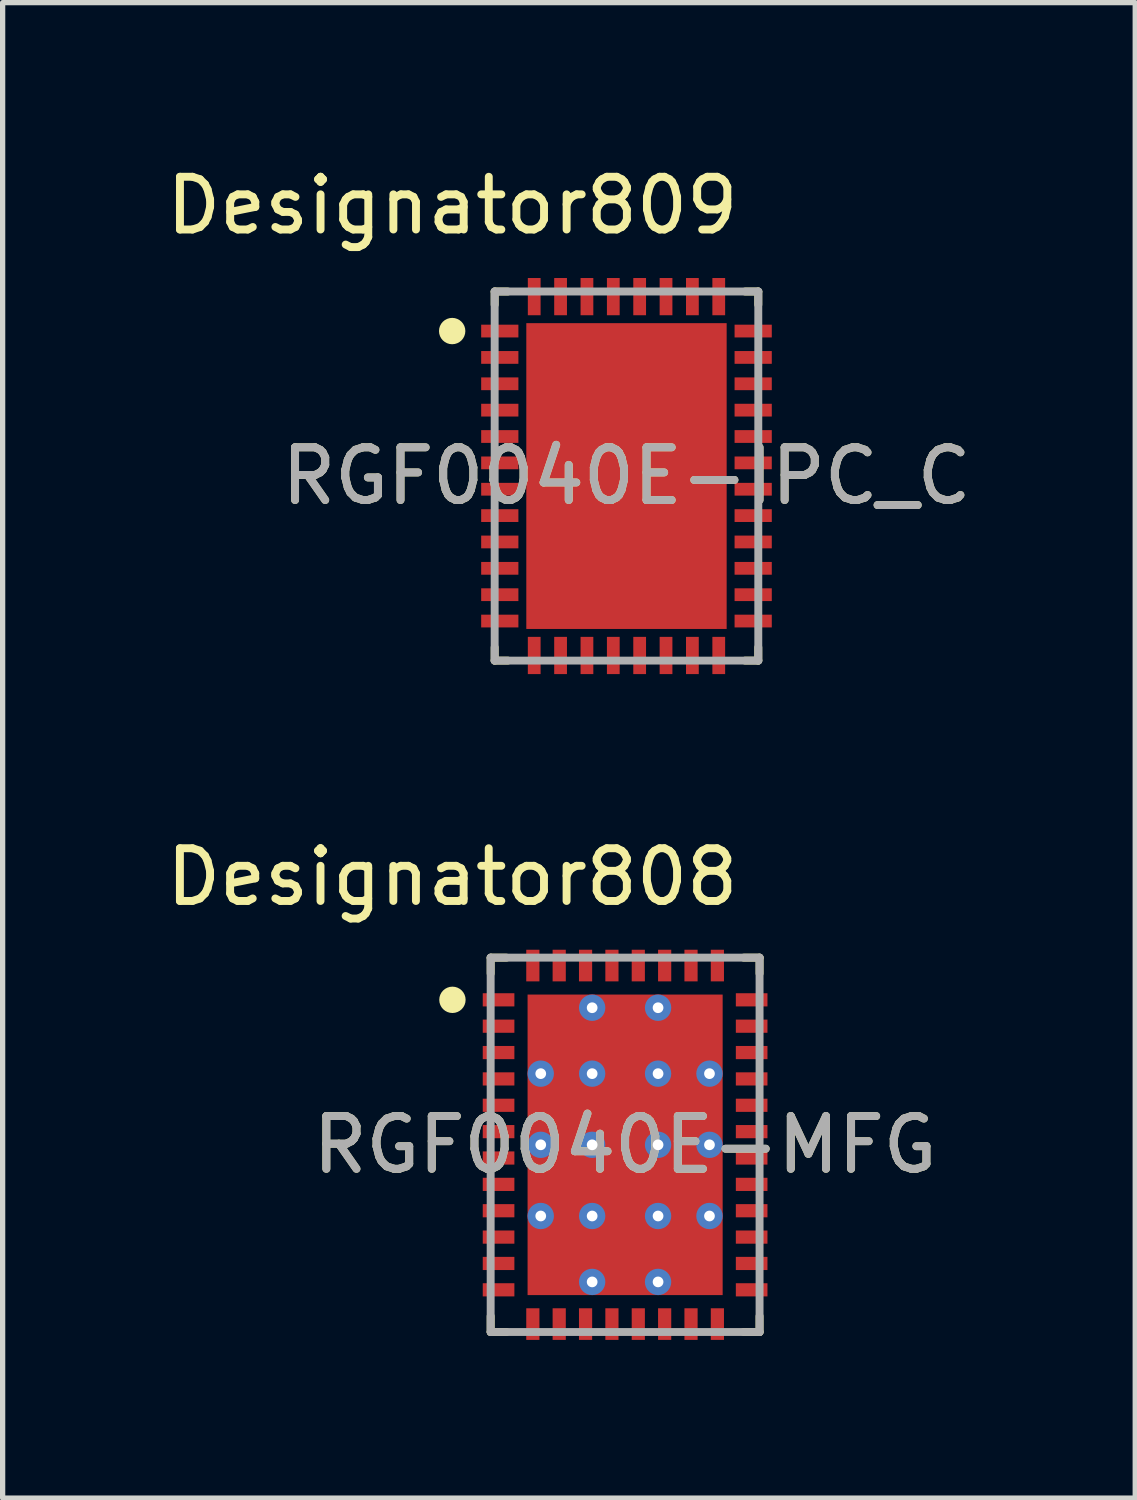
<source format=kicad_pcb>
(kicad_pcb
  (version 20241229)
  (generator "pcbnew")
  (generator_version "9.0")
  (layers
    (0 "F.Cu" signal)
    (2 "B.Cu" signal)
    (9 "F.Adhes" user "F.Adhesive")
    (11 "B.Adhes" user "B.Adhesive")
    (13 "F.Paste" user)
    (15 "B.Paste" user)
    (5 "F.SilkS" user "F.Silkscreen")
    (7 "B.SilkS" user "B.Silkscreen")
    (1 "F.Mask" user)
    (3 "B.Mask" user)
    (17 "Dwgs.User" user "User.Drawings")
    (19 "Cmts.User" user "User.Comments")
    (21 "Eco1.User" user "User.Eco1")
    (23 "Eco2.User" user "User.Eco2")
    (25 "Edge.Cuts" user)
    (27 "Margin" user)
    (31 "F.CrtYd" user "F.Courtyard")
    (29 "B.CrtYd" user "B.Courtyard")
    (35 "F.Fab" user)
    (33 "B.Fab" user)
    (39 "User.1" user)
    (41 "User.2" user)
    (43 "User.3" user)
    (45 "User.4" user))
  (footprint "RGF0040E-IPC_C"
    (layer "F.Cu")
    (at 8.832 5.979)
    (property "Reference" "RGF0040E-IPC_C" (at 0 0 0) (unlocked yes) (layer "F.SilkS") (effects (font (size 1 1) (thickness 0.15))))
    (attr smd)
    (fp_line (start -2.5 -3.5) (end -2.25 -3.5) (stroke (width 0.15) (type solid)) (layer "F.SilkS"))
    (fp_line (start -2.5 -3.25) (end -2.5 -3.5) (stroke (width 0.15) (type solid)) (layer "F.SilkS"))
    (fp_line (start -2.5 3.5) (end -2.5 3.25) (stroke (width 0.15) (type solid)) (layer "F.SilkS"))
    (fp_line (start -2.5 3.5) (end -2.25 3.5) (stroke (width 0.15) (type solid)) (layer "F.SilkS"))
    (fp_line (start 2.25 -3.5) (end 2.5 -3.5) (stroke (width 0.15) (type solid)) (layer "F.SilkS"))
    (fp_line (start 2.25 3.5) (end 2.5 3.5) (stroke (width 0.15) (type solid)) (layer "F.SilkS"))
    (fp_line (start 2.5 -3.25) (end 2.5 -3.5) (stroke (width 0.15) (type solid)) (layer "F.SilkS"))
    (fp_line (start 2.5 3.5) (end 2.5 3.25) (stroke (width 0.15) (type solid)) (layer "F.SilkS"))
    (fp_circle (center -3.306 -2.75) (end -3.181 -2.75) (stroke (width 0.25) (type solid)) (fill no) (layer "F.SilkS"))
    (fp_poly (pts (xy -1.278 -0.311) (xy 1.278 -0.311) (xy 1.278 -2.278) (xy -1.278 -2.278)) (stroke (width 0) (type solid)) (fill yes) (layer "F.Paste"))
    (fp_poly (pts (xy -1.278 2.278) (xy 1.278 2.278) (xy 1.278 0.311) (xy -1.278 0.311)) (stroke (width 0) (type solid)) (fill yes) (layer "F.Paste"))
    (fp_line (start -2.5 -3.5) (end 2.5 -3.5) (stroke (width 0.15) (type solid)) (layer "F.Fab"))
    (fp_line (start -2.5 3.5) (end -2.5 -3.5) (stroke (width 0.15) (type solid)) (layer "F.Fab"))
    (fp_line (start -2.5 3.5) (end 2.5 3.5) (stroke (width 0.15) (type solid)) (layer "F.Fab"))
    (fp_line (start 2.5 3.5) (end 2.5 -3.5) (stroke (width 0.15) (type solid)) (layer "F.Fab"))
    (fp_text user "Designator809" (at -3.302 -5.131 0) (unlocked yes) (layer "F.SilkS") (effects (font (size 1 1) (thickness 0.15))))
    (fp_text user "${REFERENCE}" (at 0 0 0) (unlocked yes) (layer "F.Fab") (effects (font (size 1 1) (thickness 0.15))))
    (pad "1" smd rect (at -2.403 -2.75 90) (size 0.242 0.706) (layers "F.Cu" "F.Mask" "F.Paste"))
    (pad "2" smd rect (at -2.403 -2.25 90) (size 0.242 0.706) (layers "F.Cu" "F.Mask" "F.Paste"))
    (pad "3" smd rect (at -2.403 -1.75 90) (size 0.242 0.706) (layers "F.Cu" "F.Mask" "F.Paste"))
    (pad "4" smd rect (at -2.403 -1.25 90) (size 0.242 0.706) (layers "F.Cu" "F.Mask" "F.Paste"))
    (pad "5" smd rect (at -2.403 -0.75 90) (size 0.242 0.706) (layers "F.Cu" "F.Mask" "F.Paste"))
    (pad "6" smd rect (at -2.403 -0.25 90) (size 0.242 0.706) (layers "F.Cu" "F.Mask" "F.Paste"))
    (pad "7" smd rect (at -2.403 0.25 90) (size 0.242 0.706) (layers "F.Cu" "F.Mask" "F.Paste"))
    (pad "8" smd rect (at -2.403 0.75 90) (size 0.242 0.706) (layers "F.Cu" "F.Mask" "F.Paste"))
    (pad "9" smd rect (at -2.403 1.25 90) (size 0.242 0.706) (layers "F.Cu" "F.Mask" "F.Paste"))
    (pad "10" smd rect (at -2.403 1.75 90) (size 0.242 0.706) (layers "F.Cu" "F.Mask" "F.Paste"))
    (pad "11" smd rect (at -2.403 2.25 90) (size 0.242 0.706) (layers "F.Cu" "F.Mask" "F.Paste"))
    (pad "12" smd rect (at -2.403 2.75 90) (size 0.242 0.706) (layers "F.Cu" "F.Mask" "F.Paste"))
    (pad "13" smd rect (at -1.75 3.403) (size 0.242 0.706) (layers "F.Cu" "F.Mask" "F.Paste"))
    (pad "14" smd rect (at -1.25 3.403) (size 0.242 0.706) (layers "F.Cu" "F.Mask" "F.Paste"))
    (pad "15" smd rect (at -0.75 3.403) (size 0.242 0.706) (layers "F.Cu" "F.Mask" "F.Paste"))
    (pad "16" smd rect (at -0.25 3.403) (size 0.242 0.706) (layers "F.Cu" "F.Mask" "F.Paste"))
    (pad "17" smd rect (at 0.25 3.403) (size 0.242 0.706) (layers "F.Cu" "F.Mask" "F.Paste"))
    (pad "18" smd rect (at 0.75 3.403) (size 0.242 0.706) (layers "F.Cu" "F.Mask" "F.Paste"))
    (pad "19" smd rect (at 1.25 3.403) (size 0.242 0.706) (layers "F.Cu" "F.Mask" "F.Paste"))
    (pad "20" smd rect (at 1.75 3.403) (size 0.242 0.706) (layers "F.Cu" "F.Mask" "F.Paste"))
    (pad "21" smd rect (at 2.403 2.75 90) (size 0.242 0.706) (layers "F.Cu" "F.Mask" "F.Paste"))
    (pad "22" smd rect (at 2.403 2.25 90) (size 0.242 0.706) (layers "F.Cu" "F.Mask" "F.Paste"))
    (pad "23" smd rect (at 2.403 1.75 90) (size 0.242 0.706) (layers "F.Cu" "F.Mask" "F.Paste"))
    (pad "24" smd rect (at 2.403 1.25 90) (size 0.242 0.706) (layers "F.Cu" "F.Mask" "F.Paste"))
    (pad "25" smd rect (at 2.403 0.75 90) (size 0.242 0.706) (layers "F.Cu" "F.Mask" "F.Paste"))
    (pad "26" smd rect (at 2.403 0.25 90) (size 0.242 0.706) (layers "F.Cu" "F.Mask" "F.Paste"))
    (pad "27" smd rect (at 2.403 -0.25 90) (size 0.242 0.706) (layers "F.Cu" "F.Mask" "F.Paste"))
    (pad "28" smd rect (at 2.403 -0.75 90) (size 0.242 0.706) (layers "F.Cu" "F.Mask" "F.Paste"))
    (pad "29" smd rect (at 2.403 -1.25 90) (size 0.242 0.706) (layers "F.Cu" "F.Mask" "F.Paste"))
    (pad "30" smd rect (at 2.403 -1.75 90) (size 0.242 0.706) (layers "F.Cu" "F.Mask" "F.Paste"))
    (pad "31" smd rect (at 2.403 -2.25 90) (size 0.242 0.706) (layers "F.Cu" "F.Mask" "F.Paste"))
    (pad "32" smd rect (at 2.403 -2.75 90) (size 0.242 0.706) (layers "F.Cu" "F.Mask" "F.Paste"))
    (pad "33" smd rect (at 1.75 -3.403) (size 0.242 0.706) (layers "F.Cu" "F.Mask" "F.Paste"))
    (pad "34" smd rect (at 1.25 -3.403) (size 0.242 0.706) (layers "F.Cu" "F.Mask" "F.Paste"))
    (pad "35" smd rect (at 0.75 -3.403) (size 0.242 0.706) (layers "F.Cu" "F.Mask" "F.Paste"))
    (pad "36" smd rect (at 0.25 -3.403) (size 0.242 0.706) (layers "F.Cu" "F.Mask" "F.Paste"))
    (pad "37" smd rect (at -0.25 -3.403) (size 0.242 0.706) (layers "F.Cu" "F.Mask" "F.Paste"))
    (pad "38" smd rect (at -0.75 -3.403) (size 0.242 0.706) (layers "F.Cu" "F.Mask" "F.Paste"))
    (pad "39" smd rect (at -1.25 -3.403) (size 0.242 0.706) (layers "F.Cu" "F.Mask" "F.Paste"))
    (pad "40" smd rect (at -1.75 -3.403) (size 0.242 0.706) (layers "F.Cu" "F.Mask" "F.Paste"))
    (pad "41" smd rect (at 0 0) (size 3.8 5.8) (layers "F.Cu" "F.Mask")))
  (footprint "RGF0040E-MFG"
    (layer "F.Cu")
    (at 8.806 18.663)
    (property "Reference" "RGF0040E-MFG" (at 0 0 0) (unlocked yes) (layer "F.SilkS") (effects (font (size 1 1) (thickness 0.15))))
    (attr smd)
    (fp_line (start -2.55 -3.55) (end -2.25 -3.55) (stroke (width 0.15) (type solid)) (layer "F.SilkS"))
    (fp_line (start -2.55 -3.25) (end -2.55 -3.55) (stroke (width 0.15) (type solid)) (layer "F.SilkS"))
    (fp_line (start -2.55 3.55) (end -2.55 3.25) (stroke (width 0.15) (type solid)) (layer "F.SilkS"))
    (fp_line (start -2.55 3.55) (end -2.25 3.55) (stroke (width 0.15) (type solid)) (layer "F.SilkS"))
    (fp_line (start 2.25 -3.55) (end 2.55 -3.55) (stroke (width 0.15) (type solid)) (layer "F.SilkS"))
    (fp_line (start 2.25 3.55) (end 2.55 3.55) (stroke (width 0.15) (type solid)) (layer "F.SilkS"))
    (fp_line (start 2.55 -3.25) (end 2.55 -3.55) (stroke (width 0.15) (type solid)) (layer "F.SilkS"))
    (fp_line (start 2.55 3.55) (end 2.55 3.25) (stroke (width 0.15) (type solid)) (layer "F.SilkS"))
    (fp_circle (center -3.275 -2.75) (end -3.15 -2.75) (stroke (width 0.25) (type solid)) (fill no) (layer "F.SilkS"))
    (fp_poly (pts (xy -1.775 -1.2) (xy -1.725 -1.25) (xy -0.775 -1.25) (xy -0.725 -1.2) (xy -0.725 -0.15) (xy -0.775 -0.1) (xy -1.725 -0.1) (xy -1.775 -0.15)) (stroke (width 0) (type solid)) (fill yes) (layer "F.Paste"))
    (fp_poly (pts (xy -0.775 1.25) (xy -1.725 1.25) (xy -1.775 1.2) (xy -1.775 0.15) (xy -1.725 0.1) (xy -0.775 0.1) (xy -0.725 0.15) (xy -0.725 1.2)) (stroke (width 0) (type solid)) (fill yes) (layer "F.Paste"))
    (fp_poly (pts (xy -0.775 1.45) (xy -0.725 1.5) (xy -0.725 2.55) (xy -0.775 2.6) (xy -1.725 2.6) (xy -1.775 2.55) (xy -1.775 1.5) (xy -1.725 1.45)) (stroke (width 0) (type solid)) (fill yes) (layer "F.Paste"))
    (fp_poly (pts (xy -0.725 -1.5) (xy -0.775 -1.45) (xy -1.725 -1.45) (xy -1.775 -1.5) (xy -1.775 -2.55) (xy -1.725 -2.6) (xy -0.775 -2.6) (xy -0.725 -2.55)) (stroke (width 0) (type solid)) (fill yes) (layer "F.Paste"))
    (fp_poly (pts (xy -0.475 0.1) (xy 0.475 0.1) (xy 0.525 0.15) (xy 0.525 1.2) (xy 0.475 1.25) (xy -0.475 1.25) (xy -0.525 1.2) (xy -0.525 0.15)) (stroke (width 0) (type solid)) (fill yes) (layer "F.Paste"))
    (fp_poly (pts (xy 0.475 -1.45) (xy -0.475 -1.45) (xy -0.525 -1.5) (xy -0.525 -2.55) (xy -0.475 -2.6) (xy 0.475 -2.6) (xy 0.525 -2.55) (xy 0.525 -1.5)) (stroke (width 0) (type solid)) (fill yes) (layer "F.Paste"))
    (fp_poly (pts (xy 0.475 -0.1) (xy -0.475 -0.1) (xy -0.525 -0.15) (xy -0.525 -1.2) (xy -0.475 -1.25) (xy 0.475 -1.25) (xy 0.525 -1.2) (xy 0.525 -0.15)) (stroke (width 0) (type solid)) (fill yes) (layer "F.Paste"))
    (fp_poly (pts (xy 0.525 2.55) (xy 0.475 2.6) (xy -0.475 2.6) (xy -0.525 2.55) (xy -0.525 1.5) (xy -0.475 1.45) (xy 0.475 1.45) (xy 0.525 1.5)) (stroke (width 0) (type solid)) (fill yes) (layer "F.Paste"))
    (fp_poly (pts (xy 0.725 -2.55) (xy 0.775 -2.6) (xy 1.725 -2.6) (xy 1.775 -2.55) (xy 1.775 -1.5) (xy 1.725 -1.45) (xy 0.775 -1.45) (xy 0.725 -1.5)) (stroke (width 0) (type solid)) (fill yes) (layer "F.Paste"))
    (fp_poly (pts (xy 0.725 2.55) (xy 0.725 1.5) (xy 0.775 1.45) (xy 1.725 1.45) (xy 1.775 1.5) (xy 1.775 2.55) (xy 1.725 2.6) (xy 0.775 2.6)) (stroke (width 0) (type solid)) (fill yes) (layer "F.Paste"))
    (fp_poly (pts (xy 1.725 -1.25) (xy 1.775 -1.2) (xy 1.775 -0.15) (xy 1.725 -0.1) (xy 0.775 -0.1) (xy 0.725 -0.15) (xy 0.725 -1.2) (xy 0.775 -1.25)) (stroke (width 0) (type solid)) (fill yes) (layer "F.Paste"))
    (fp_poly (pts (xy 1.775 0.15) (xy 1.775 1.2) (xy 1.725 1.25) (xy 0.775 1.25) (xy 0.725 1.2) (xy 0.725 0.15) (xy 0.775 0.1) (xy 1.725 0.1)) (stroke (width 0) (type solid)) (fill yes) (layer "F.Paste"))
    (fp_line (start -2.55 -3.55) (end 2.55 -3.55) (stroke (width 0.15) (type solid)) (layer "F.Fab"))
    (fp_line (start -2.55 3.55) (end -2.55 -3.55) (stroke (width 0.15) (type solid)) (layer "F.Fab"))
    (fp_line (start -2.55 3.55) (end 2.55 3.55) (stroke (width 0.15) (type solid)) (layer "F.Fab"))
    (fp_line (start 2.55 3.55) (end 2.55 -3.55) (stroke (width 0.15) (type solid)) (layer "F.Fab"))
    (fp_text user "Designator808" (at -3.277 -5.08 0) (unlocked yes) (layer "F.SilkS") (effects (font (size 1 1) (thickness 0.15))))
    (fp_text user "${REFERENCE}" (at 0 0 0) (unlocked yes) (layer "F.Fab") (effects (font (size 1 1) (thickness 0.15))))
    (pad "1" smd rect (at -2.4 -2.75) (size 0.6 0.25) (layers "F.Cu" "F.Mask" "F.Paste"))
    (pad "2" smd rect (at -2.4 -2.25) (size 0.6 0.25) (layers "F.Cu" "F.Mask" "F.Paste"))
    (pad "3" smd rect (at -2.4 -1.75) (size 0.6 0.25) (layers "F.Cu" "F.Mask" "F.Paste"))
    (pad "4" smd rect (at -2.4 -1.25) (size 0.6 0.25) (layers "F.Cu" "F.Mask" "F.Paste"))
    (pad "5" smd rect (at -2.4 -0.75) (size 0.6 0.25) (layers "F.Cu" "F.Mask" "F.Paste"))
    (pad "6" smd rect (at -2.4 -0.25) (size 0.6 0.25) (layers "F.Cu" "F.Mask" "F.Paste"))
    (pad "7" smd rect (at -2.4 0.25) (size 0.6 0.25) (layers "F.Cu" "F.Mask" "F.Paste"))
    (pad "8" smd rect (at -2.4 0.75) (size 0.6 0.25) (layers "F.Cu" "F.Mask" "F.Paste"))
    (pad "9" smd rect (at -2.4 1.25) (size 0.6 0.25) (layers "F.Cu" "F.Mask" "F.Paste"))
    (pad "10" smd rect (at -2.4 1.75) (size 0.6 0.25) (layers "F.Cu" "F.Mask" "F.Paste"))
    (pad "11" smd rect (at -2.4 2.25) (size 0.6 0.25) (layers "F.Cu" "F.Mask" "F.Paste"))
    (pad "12" smd rect (at -2.4 2.75) (size 0.6 0.25) (layers "F.Cu" "F.Mask" "F.Paste"))
    (pad "13" smd rect (at -1.75 3.4 90) (size 0.6 0.25) (layers "F.Cu" "F.Mask" "F.Paste"))
    (pad "14" smd rect (at -1.25 3.4 90) (size 0.6 0.25) (layers "F.Cu" "F.Mask" "F.Paste"))
    (pad "15" smd rect (at -0.75 3.4 90) (size 0.6 0.25) (layers "F.Cu" "F.Mask" "F.Paste"))
    (pad "16" smd rect (at -0.25 3.4 90) (size 0.6 0.25) (layers "F.Cu" "F.Mask" "F.Paste"))
    (pad "17" smd rect (at 0.25 3.4 90) (size 0.6 0.25) (layers "F.Cu" "F.Mask" "F.Paste"))
    (pad "18" smd rect (at 0.75 3.4 90) (size 0.6 0.25) (layers "F.Cu" "F.Mask" "F.Paste"))
    (pad "19" smd rect (at 1.25 3.4 90) (size 0.6 0.25) (layers "F.Cu" "F.Mask" "F.Paste"))
    (pad "20" smd rect (at 1.75 3.4 90) (size 0.6 0.25) (layers "F.Cu" "F.Mask" "F.Paste"))
    (pad "21" smd rect (at 2.4 2.75) (size 0.6 0.25) (layers "F.Cu" "F.Mask" "F.Paste"))
    (pad "22" smd rect (at 2.4 2.25) (size 0.6 0.25) (layers "F.Cu" "F.Mask" "F.Paste"))
    (pad "23" smd rect (at 2.4 1.75) (size 0.6 0.25) (layers "F.Cu" "F.Mask" "F.Paste"))
    (pad "24" smd rect (at 2.4 1.25) (size 0.6 0.25) (layers "F.Cu" "F.Mask" "F.Paste"))
    (pad "25" smd rect (at 2.4 0.75) (size 0.6 0.25) (layers "F.Cu" "F.Mask" "F.Paste"))
    (pad "26" smd rect (at 2.4 0.25) (size 0.6 0.25) (layers "F.Cu" "F.Mask" "F.Paste"))
    (pad "27" smd rect (at 2.4 -0.25) (size 0.6 0.25) (layers "F.Cu" "F.Mask" "F.Paste"))
    (pad "28" smd rect (at 2.4 -0.75) (size 0.6 0.25) (layers "F.Cu" "F.Mask" "F.Paste"))
    (pad "29" smd rect (at 2.4 -1.25) (size 0.6 0.25) (layers "F.Cu" "F.Mask" "F.Paste"))
    (pad "30" smd rect (at 2.4 -1.75) (size 0.6 0.25) (layers "F.Cu" "F.Mask" "F.Paste"))
    (pad "31" smd rect (at 2.4 -2.25) (size 0.6 0.25) (layers "F.Cu" "F.Mask" "F.Paste"))
    (pad "32" smd rect (at 2.4 -2.75) (size 0.6 0.25) (layers "F.Cu" "F.Mask" "F.Paste"))
    (pad "33" smd rect (at 1.75 -3.4 90) (size 0.6 0.25) (layers "F.Cu" "F.Mask" "F.Paste"))
    (pad "34" smd rect (at 1.25 -3.4 90) (size 0.6 0.25) (layers "F.Cu" "F.Mask" "F.Paste"))
    (pad "35" smd rect (at 0.75 -3.4 90) (size 0.6 0.25) (layers "F.Cu" "F.Mask" "F.Paste"))
    (pad "36" smd rect (at 0.25 -3.4 90) (size 0.6 0.25) (layers "F.Cu" "F.Mask" "F.Paste"))
    (pad "37" smd rect (at -0.25 -3.4 90) (size 0.6 0.25) (layers "F.Cu" "F.Mask" "F.Paste"))
    (pad "38" smd rect (at -0.75 -3.4 90) (size 0.6 0.25) (layers "F.Cu" "F.Mask" "F.Paste"))
    (pad "39" smd rect (at -1.25 -3.4 90) (size 0.6 0.25) (layers "F.Cu" "F.Mask" "F.Paste"))
    (pad "40" smd rect (at -1.75 -3.4 90) (size 0.6 0.25) (layers "F.Cu" "F.Mask" "F.Paste"))
    (pad "41" smd rect (at 0 0) (size 3.7 5.7) (layers "F.Cu" "F.Mask"))
    (pad "42" thru_hole circle (at -1.6 -1.35) (size 0.5 0.5) (drill 0.203) (layers "*.Cu" "*.Mask"))
    (pad "43" thru_hole circle (at -1.6 0) (size 0.5 0.5) (drill 0.203) (layers "*.Cu" "*.Mask"))
    (pad "44" thru_hole circle (at -1.6 1.35) (size 0.5 0.5) (drill 0.203) (layers "*.Cu" "*.Mask"))
    (pad "45" thru_hole circle (at 1.6 -1.35) (size 0.5 0.5) (drill 0.203) (layers "*.Cu" "*.Mask"))
    (pad "46" thru_hole circle (at 1.6 0) (size 0.5 0.5) (drill 0.203) (layers "*.Cu" "*.Mask"))
    (pad "47" thru_hole circle (at 1.6 1.35) (size 0.5 0.5) (drill 0.203) (layers "*.Cu" "*.Mask"))
    (pad "48" thru_hole circle (at 0.625 -1.35) (size 0.5 0.5) (drill 0.203) (layers "*.Cu" "*.Mask"))
    (pad "49" thru_hole circle (at 0.625 0) (size 0.5 0.5) (drill 0.203) (layers "*.Cu" "*.Mask"))
    (pad "50" thru_hole circle (at 0.625 1.35) (size 0.5 0.5) (drill 0.203) (layers "*.Cu" "*.Mask"))
    (pad "51" thru_hole circle (at -0.625 -1.35) (size 0.5 0.5) (drill 0.203) (layers "*.Cu" "*.Mask"))
    (pad "52" thru_hole circle (at -0.625 0) (size 0.5 0.5) (drill 0.203) (layers "*.Cu" "*.Mask"))
    (pad "53" thru_hole circle (at -0.625 1.35) (size 0.5 0.5) (drill 0.203) (layers "*.Cu" "*.Mask"))
    (pad "54" thru_hole circle (at -0.625 -2.6) (size 0.5 0.5) (drill 0.203) (layers "*.Cu" "*.Mask"))
    (pad "55" thru_hole circle (at 0.625 -2.6) (size 0.5 0.5) (drill 0.203) (layers "*.Cu" "*.Mask"))
    (pad "56" thru_hole circle (at -0.625 2.6) (size 0.5 0.5) (drill 0.203) (layers "*.Cu" "*.Mask"))
    (pad "57" thru_hole circle (at 0.625 2.6) (size 0.5 0.5) (drill 0.203) (layers "*.Cu" "*.Mask")))
  (gr_rect
    (start -3 -3)
    (end 18.481 25.363)
    (stroke (width 0.1) (type default))
    (fill no)
    (layer "Edge.Cuts")))
</source>
